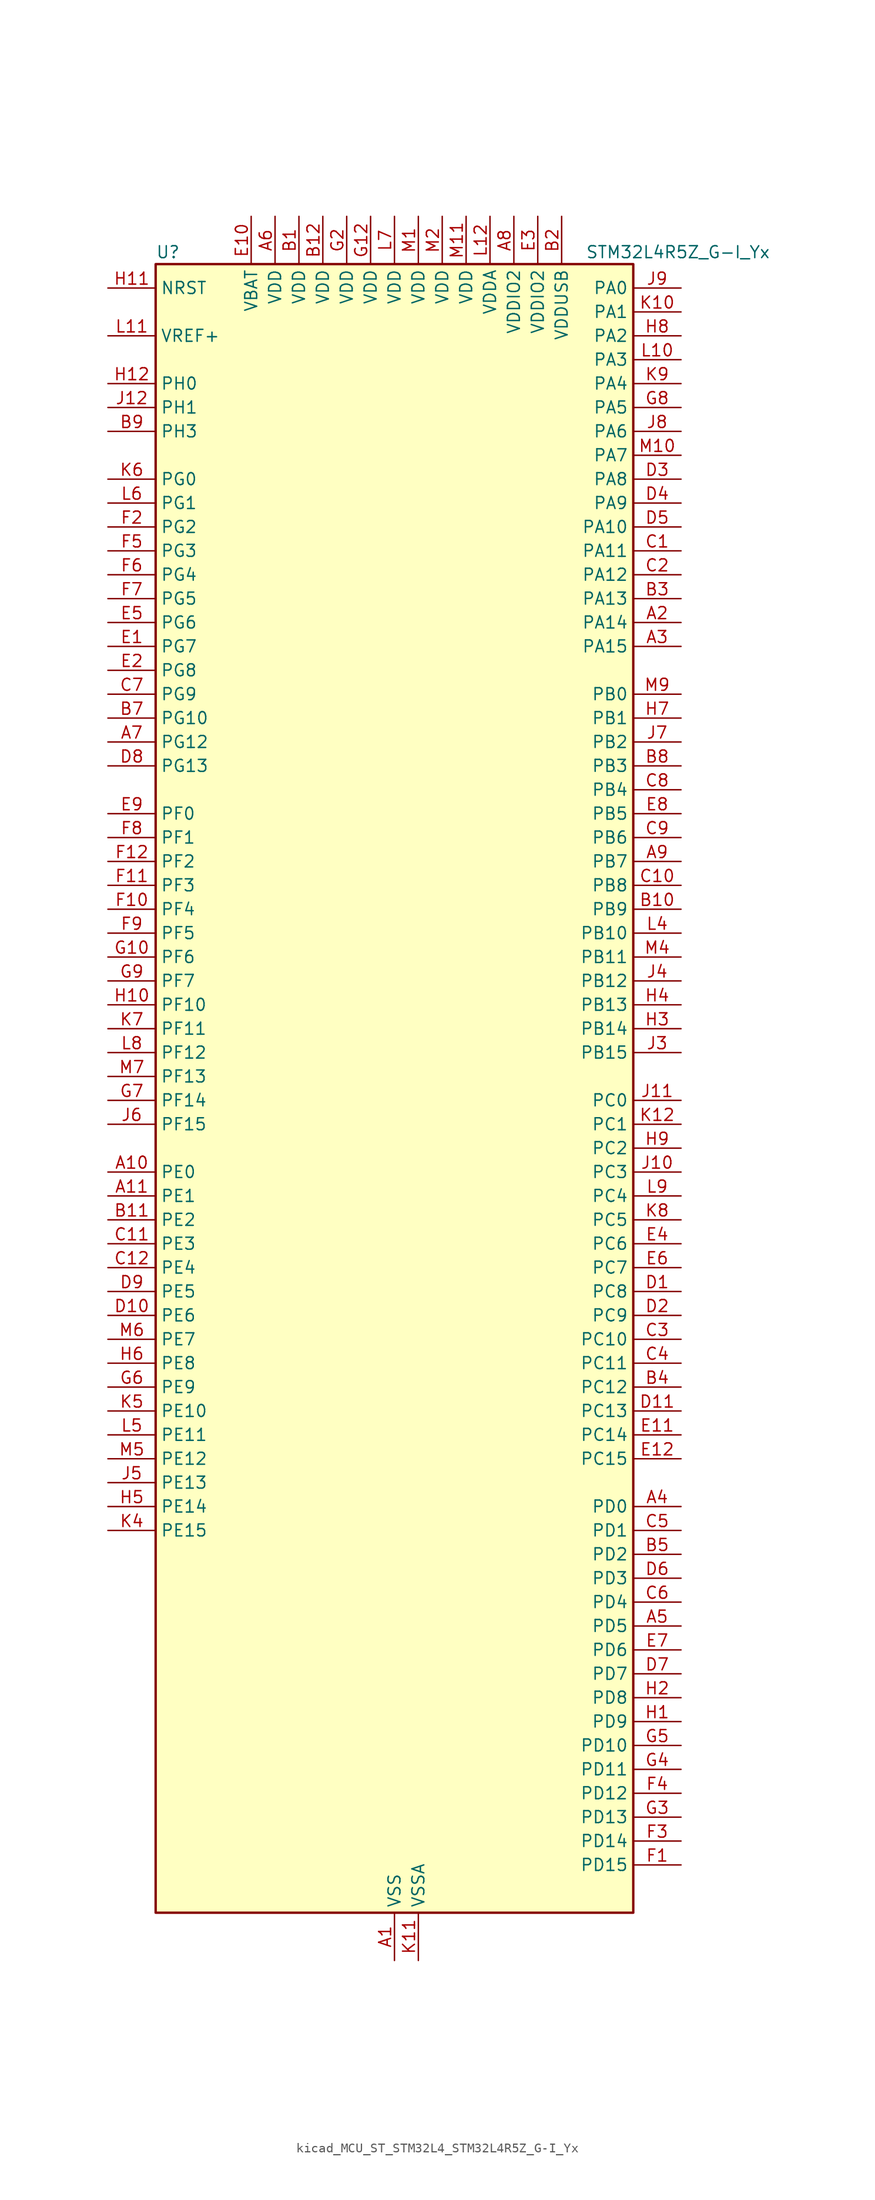
<source format=kicad_sym>
(kicad_symbol_lib
  (version 20220914)
  (generator kicad_symbol_editor)
  (symbol "kicad_MCU_ST_STM32L4_STM32L4R5Z_G-I_Yx"
    (property "Reference" "U"
      (at -25.4 90.17 0)
      (effects (font (size 1.27 1.27)) (justify left)))
    (property "Value" "STM32L4R5Z_G-I_Yx"
      (at 20.32 90.17 0)
      (effects (font (size 1.27 1.27)) (justify left)))
    (property "ki_locked" ""
      (at 0 0 0)
      (effects (font (size 1.27 1.27))))
    (symbol "kicad_MCU_ST_STM32L4_STM32L4R5Z_G-I_Yx_0_1"
      (rectangle (start -25.4 -86.36) (end 25.4 88.9) (stroke (width 0.254) (type default)) (fill (type background))))
    (symbol "kicad_MCU_ST_STM32L4_STM32L4R5Z_G-I_Yx_1_1"
      (pin power_in line (at 0 -91.44 90) (length 5.08) (name "VSS" (effects (font (size 1.27 1.27)))) (number "A1" (effects (font (size 1.27 1.27)))))
      (pin bidirectional line (at -30.48 -7.62 0) (length 5.08) (name "PE0" (effects (font (size 1.27 1.27)))) (number "A10" (effects (font (size 1.27 1.27)))) (alternate "DCMI_D2" bidirectional line) (alternate "FMC_NBL0" bidirectional line) (alternate "TIM16_CH1" bidirectional line) (alternate "TIM4_ETR" bidirectional line))
      (pin bidirectional line (at -30.48 -10.16 0) (length 5.08) (name "PE1" (effects (font (size 1.27 1.27)))) (number "A11" (effects (font (size 1.27 1.27)))) (alternate "DCMI_D3" bidirectional line) (alternate "FMC_NBL1" bidirectional line) (alternate "TIM17_CH1" bidirectional line))
      (pin passive line (at 0 -91.44 90) (length 5.08) hide (name "VSS" (effects (font (size 1.27 1.27)))) (number "A12" (effects (font (size 1.27 1.27)))))
      (pin bidirectional line (at 30.48 50.8 180) (length 5.08) (name "PA14" (effects (font (size 1.27 1.27)))) (number "A2" (effects (font (size 1.27 1.27)))) (alternate "I2C1_SMBA" bidirectional line) (alternate "I2C4_SMBA" bidirectional line) (alternate "LPTIM1_OUT" bidirectional line) (alternate "SAI1_FS_B" bidirectional line) (alternate "SYS_JTCK-SWCLK" bidirectional line) (alternate "USB_OTG_FS_SOF" bidirectional line))
      (pin bidirectional line (at 30.48 48.26 180) (length 5.08) (name "PA15" (effects (font (size 1.27 1.27)))) (number "A3" (effects (font (size 1.27 1.27)))) (alternate "ADC1_EXTI15" bidirectional line) (alternate "SAI2_FS_B" bidirectional line) (alternate "SPI1_NSS" bidirectional line) (alternate "SPI3_NSS" bidirectional line) (alternate "SYS_JTDI" bidirectional line) (alternate "TIM2_CH1" bidirectional line) (alternate "TIM2_ETR" bidirectional line) (alternate "TSC_G3_IO1" bidirectional line) (alternate "UART4_DE" bidirectional line) (alternate "UART4_RTS" bidirectional line) (alternate "USART2_RX" bidirectional line) (alternate "USART3_DE" bidirectional line) (alternate "USART3_RTS" bidirectional line))
      (pin bidirectional line (at 30.48 -43.18 180) (length 5.08) (name "PD0" (effects (font (size 1.27 1.27)))) (number "A4" (effects (font (size 1.27 1.27)))) (alternate "CAN1_RX" bidirectional line) (alternate "DFSDM1_DATIN7" bidirectional line) (alternate "FMC_D2" bidirectional line) (alternate "FMC_DA2" bidirectional line) (alternate "SPI2_NSS" bidirectional line))
      (pin bidirectional line (at 30.48 -55.88 180) (length 5.08) (name "PD5" (effects (font (size 1.27 1.27)))) (number "A5" (effects (font (size 1.27 1.27)))) (alternate "FMC_NWE" bidirectional line) (alternate "OCTOSPIM_P1_IO5" bidirectional line) (alternate "USART2_TX" bidirectional line))
      (pin power_in line (at -12.7 93.98 270) (length 5.08) (name "VDD" (effects (font (size 1.27 1.27)))) (number "A6" (effects (font (size 1.27 1.27)))))
      (pin bidirectional line (at -30.48 38.1 0) (length 5.08) (name "PG12" (effects (font (size 1.27 1.27)))) (number "A7" (effects (font (size 1.27 1.27)))) (alternate "FMC_NE4" bidirectional line) (alternate "LPTIM1_ETR" bidirectional line) (alternate "OCTOSPIM_P2_NCS" bidirectional line) (alternate "SAI2_SD_A" bidirectional line) (alternate "SPI3_NSS" bidirectional line) (alternate "USART1_DE" bidirectional line) (alternate "USART1_RTS" bidirectional line))
      (pin power_in line (at 12.7 93.98 270) (length 5.08) (name "VDDIO2" (effects (font (size 1.27 1.27)))) (number "A8" (effects (font (size 1.27 1.27)))))
      (pin bidirectional line (at 30.48 25.4 180) (length 5.08) (name "PB7" (effects (font (size 1.27 1.27)))) (number "A9" (effects (font (size 1.27 1.27)))) (alternate "COMP2_INM" bidirectional line) (alternate "DCMI_VSYNC" bidirectional line) (alternate "DFSDM1_CKIN5" bidirectional line) (alternate "FMC_NL" bidirectional line) (alternate "I2C1_SDA" bidirectional line) (alternate "I2C4_SDA" bidirectional line) (alternate "LPTIM1_IN2" bidirectional line) (alternate "SYS_PVD_IN" bidirectional line) (alternate "TIM17_CH1N" bidirectional line) (alternate "TIM4_CH2" bidirectional line) (alternate "TIM8_BKIN" bidirectional line) (alternate "TSC_G2_IO4" bidirectional line) (alternate "UART4_CTS" bidirectional line) (alternate "USART1_RX" bidirectional line))
      (pin power_in line (at -10.16 93.98 270) (length 5.08) (name "VDD" (effects (font (size 1.27 1.27)))) (number "B1" (effects (font (size 1.27 1.27)))))
      (pin bidirectional line (at 30.48 20.32 180) (length 5.08) (name "PB9" (effects (font (size 1.27 1.27)))) (number "B10" (effects (font (size 1.27 1.27)))) (alternate "CAN1_TX" bidirectional line) (alternate "DAC1_EXTI9" bidirectional line) (alternate "DCMI_D7" bidirectional line) (alternate "DFSDM1_CKIN6" bidirectional line) (alternate "I2C1_SDA" bidirectional line) (alternate "IR_OUT" bidirectional line) (alternate "SAI1_D2" bidirectional line) (alternate "SAI1_FS_A" bidirectional line) (alternate "SDMMC1_CDIR" bidirectional line) (alternate "SDMMC1_D5" bidirectional line) (alternate "SPI2_NSS" bidirectional line) (alternate "TIM17_CH1" bidirectional line) (alternate "TIM4_CH4" bidirectional line))
      (pin bidirectional line (at -30.48 -12.7 0) (length 5.08) (name "PE2" (effects (font (size 1.27 1.27)))) (number "B11" (effects (font (size 1.27 1.27)))) (alternate "FMC_A23" bidirectional line) (alternate "SAI1_CK1" bidirectional line) (alternate "SAI1_MCLK_A" bidirectional line) (alternate "SYS_TRACECLK" bidirectional line) (alternate "TIM3_ETR" bidirectional line) (alternate "TSC_G7_IO1" bidirectional line))
      (pin power_in line (at -7.62 93.98 270) (length 5.08) (name "VDD" (effects (font (size 1.27 1.27)))) (number "B12" (effects (font (size 1.27 1.27)))))
      (pin power_in line (at 17.78 93.98 270) (length 5.08) (name "VDDUSB" (effects (font (size 1.27 1.27)))) (number "B2" (effects (font (size 1.27 1.27)))))
      (pin bidirectional line (at 30.48 53.34 180) (length 5.08) (name "PA13" (effects (font (size 1.27 1.27)))) (number "B3" (effects (font (size 1.27 1.27)))) (alternate "IR_OUT" bidirectional line) (alternate "SAI1_SD_B" bidirectional line) (alternate "SYS_JTMS-SWDIO" bidirectional line) (alternate "USB_OTG_FS_NOE" bidirectional line))
      (pin bidirectional line (at 30.48 -30.48 180) (length 5.08) (name "PC12" (effects (font (size 1.27 1.27)))) (number "B4" (effects (font (size 1.27 1.27)))) (alternate "DCMI_D9" bidirectional line) (alternate "SAI2_SD_B" bidirectional line) (alternate "SDMMC1_CK" bidirectional line) (alternate "SPI3_MOSI" bidirectional line) (alternate "SYS_TRACED3" bidirectional line) (alternate "TSC_G3_IO4" bidirectional line) (alternate "UART5_TX" bidirectional line) (alternate "USART3_CK" bidirectional line))
      (pin bidirectional line (at 30.48 -48.26 180) (length 5.08) (name "PD2" (effects (font (size 1.27 1.27)))) (number "B5" (effects (font (size 1.27 1.27)))) (alternate "DCMI_D11" bidirectional line) (alternate "SDMMC1_CMD" bidirectional line) (alternate "SYS_TRACED2" bidirectional line) (alternate "TIM3_ETR" bidirectional line) (alternate "TSC_SYNC" bidirectional line) (alternate "UART5_RX" bidirectional line) (alternate "USART3_DE" bidirectional line) (alternate "USART3_RTS" bidirectional line))
      (pin passive line (at 0 -91.44 90) (length 5.08) hide (name "VSS" (effects (font (size 1.27 1.27)))) (number "B6" (effects (font (size 1.27 1.27)))))
      (pin bidirectional line (at -30.48 40.64 0) (length 5.08) (name "PG10" (effects (font (size 1.27 1.27)))) (number "B7" (effects (font (size 1.27 1.27)))) (alternate "FMC_NE3" bidirectional line) (alternate "LPTIM1_IN1" bidirectional line) (alternate "OCTOSPIM_P2_IO7" bidirectional line) (alternate "SAI2_FS_A" bidirectional line) (alternate "SPI3_MISO" bidirectional line) (alternate "TIM15_CH1" bidirectional line) (alternate "USART1_RX" bidirectional line))
      (pin bidirectional line (at 30.48 35.56 180) (length 5.08) (name "PB3" (effects (font (size 1.27 1.27)))) (number "B8" (effects (font (size 1.27 1.27)))) (alternate "COMP2_INM" bidirectional line) (alternate "CRS_SYNC" bidirectional line) (alternate "SAI1_SCK_B" bidirectional line) (alternate "SPI1_SCK" bidirectional line) (alternate "SPI3_SCK" bidirectional line) (alternate "SYS_JTDO-SWO" bidirectional line) (alternate "TIM2_CH2" bidirectional line) (alternate "USART1_DE" bidirectional line) (alternate "USART1_RTS" bidirectional line))
      (pin bidirectional line (at -30.48 71.12 0) (length 5.08) (name "PH3" (effects (font (size 1.27 1.27)))) (number "B9" (effects (font (size 1.27 1.27)))))
      (pin bidirectional line (at 30.48 58.42 180) (length 5.08) (name "PA11" (effects (font (size 1.27 1.27)))) (number "C1" (effects (font (size 1.27 1.27)))) (alternate "ADC1_EXTI11" bidirectional line) (alternate "CAN1_RX" bidirectional line) (alternate "SPI1_MISO" bidirectional line) (alternate "TIM1_BKIN2" bidirectional line) (alternate "TIM1_CH4" bidirectional line) (alternate "USART1_CTS" bidirectional line) (alternate "USART1_NSS" bidirectional line) (alternate "USB_OTG_FS_DM" bidirectional line))
      (pin bidirectional line (at 30.48 22.86 180) (length 5.08) (name "PB8" (effects (font (size 1.27 1.27)))) (number "C10" (effects (font (size 1.27 1.27)))) (alternate "CAN1_RX" bidirectional line) (alternate "DCMI_D6" bidirectional line) (alternate "DFSDM1_CKOUT" bidirectional line) (alternate "DFSDM1_DATIN6" bidirectional line) (alternate "I2C1_SCL" bidirectional line) (alternate "SAI1_CK1" bidirectional line) (alternate "SAI1_MCLK_A" bidirectional line) (alternate "SDMMC1_CKIN" bidirectional line) (alternate "SDMMC1_D4" bidirectional line) (alternate "TIM16_CH1" bidirectional line) (alternate "TIM4_CH3" bidirectional line))
      (pin bidirectional line (at -30.48 -15.24 0) (length 5.08) (name "PE3" (effects (font (size 1.27 1.27)))) (number "C11" (effects (font (size 1.27 1.27)))) (alternate "FMC_A19" bidirectional line) (alternate "OCTOSPIM_P1_DQS" bidirectional line) (alternate "SAI1_SD_B" bidirectional line) (alternate "SYS_TRACED0" bidirectional line) (alternate "TIM3_CH1" bidirectional line) (alternate "TSC_G7_IO2" bidirectional line))
      (pin bidirectional line (at -30.48 -17.78 0) (length 5.08) (name "PE4" (effects (font (size 1.27 1.27)))) (number "C12" (effects (font (size 1.27 1.27)))) (alternate "DCMI_D4" bidirectional line) (alternate "DFSDM1_DATIN3" bidirectional line) (alternate "FMC_A20" bidirectional line) (alternate "SAI1_D2" bidirectional line) (alternate "SAI1_FS_A" bidirectional line) (alternate "SYS_TRACED1" bidirectional line) (alternate "TIM3_CH2" bidirectional line) (alternate "TSC_G7_IO3" bidirectional line))
      (pin bidirectional line (at 30.48 55.88 180) (length 5.08) (name "PA12" (effects (font (size 1.27 1.27)))) (number "C2" (effects (font (size 1.27 1.27)))) (alternate "CAN1_TX" bidirectional line) (alternate "SPI1_MOSI" bidirectional line) (alternate "TIM1_ETR" bidirectional line) (alternate "USART1_DE" bidirectional line) (alternate "USART1_RTS" bidirectional line) (alternate "USB_OTG_FS_DP" bidirectional line))
      (pin bidirectional line (at 30.48 -25.4 180) (length 5.08) (name "PC10" (effects (font (size 1.27 1.27)))) (number "C3" (effects (font (size 1.27 1.27)))) (alternate "DCMI_D8" bidirectional line) (alternate "SAI2_SCK_B" bidirectional line) (alternate "SDMMC1_D2" bidirectional line) (alternate "SPI3_SCK" bidirectional line) (alternate "SYS_TRACED1" bidirectional line) (alternate "TSC_G3_IO2" bidirectional line) (alternate "UART4_TX" bidirectional line) (alternate "USART3_TX" bidirectional line))
      (pin bidirectional line (at 30.48 -27.94 180) (length 5.08) (name "PC11" (effects (font (size 1.27 1.27)))) (number "C4" (effects (font (size 1.27 1.27)))) (alternate "ADC1_EXTI11" bidirectional line) (alternate "DCMI_D2" bidirectional line) (alternate "DCMI_D4" bidirectional line) (alternate "OCTOSPIM_P1_NCS" bidirectional line) (alternate "SAI2_MCLK_B" bidirectional line) (alternate "SDMMC1_D3" bidirectional line) (alternate "SPI3_MISO" bidirectional line) (alternate "TSC_G3_IO3" bidirectional line) (alternate "UART4_RX" bidirectional line) (alternate "USART3_RX" bidirectional line))
      (pin bidirectional line (at 30.48 -45.72 180) (length 5.08) (name "PD1" (effects (font (size 1.27 1.27)))) (number "C5" (effects (font (size 1.27 1.27)))) (alternate "CAN1_TX" bidirectional line) (alternate "DFSDM1_CKIN7" bidirectional line) (alternate "FMC_D3" bidirectional line) (alternate "FMC_DA3" bidirectional line) (alternate "SPI2_SCK" bidirectional line))
      (pin bidirectional line (at 30.48 -53.34 180) (length 5.08) (name "PD4" (effects (font (size 1.27 1.27)))) (number "C6" (effects (font (size 1.27 1.27)))) (alternate "DFSDM1_CKIN0" bidirectional line) (alternate "FMC_NOE" bidirectional line) (alternate "OCTOSPIM_P1_IO4" bidirectional line) (alternate "SPI2_MOSI" bidirectional line) (alternate "USART2_DE" bidirectional line) (alternate "USART2_RTS" bidirectional line))
      (pin bidirectional line (at -30.48 43.18 0) (length 5.08) (name "PG9" (effects (font (size 1.27 1.27)))) (number "C7" (effects (font (size 1.27 1.27)))) (alternate "DAC1_EXTI9" bidirectional line) (alternate "FMC_NCE" bidirectional line) (alternate "FMC_NE2" bidirectional line) (alternate "OCTOSPIM_P2_IO6" bidirectional line) (alternate "SAI2_SCK_A" bidirectional line) (alternate "SPI3_SCK" bidirectional line) (alternate "TIM15_CH1N" bidirectional line) (alternate "USART1_TX" bidirectional line))
      (pin bidirectional line (at 30.48 33.02 180) (length 5.08) (name "PB4" (effects (font (size 1.27 1.27)))) (number "C8" (effects (font (size 1.27 1.27)))) (alternate "COMP2_INP" bidirectional line) (alternate "DCMI_D12" bidirectional line) (alternate "I2C3_SDA" bidirectional line) (alternate "SAI1_MCLK_B" bidirectional line) (alternate "SPI1_MISO" bidirectional line) (alternate "SPI3_MISO" bidirectional line) (alternate "SYS_JTRST" bidirectional line) (alternate "TIM17_BKIN" bidirectional line) (alternate "TIM3_CH1" bidirectional line) (alternate "TSC_G2_IO1" bidirectional line) (alternate "UART5_DE" bidirectional line) (alternate "UART5_RTS" bidirectional line) (alternate "USART1_CTS" bidirectional line) (alternate "USART1_NSS" bidirectional line))
      (pin bidirectional line (at 30.48 27.94 180) (length 5.08) (name "PB6" (effects (font (size 1.27 1.27)))) (number "C9" (effects (font (size 1.27 1.27)))) (alternate "COMP2_INP" bidirectional line) (alternate "DCMI_D5" bidirectional line) (alternate "DFSDM1_DATIN5" bidirectional line) (alternate "I2C1_SCL" bidirectional line) (alternate "I2C4_SCL" bidirectional line) (alternate "LPTIM1_ETR" bidirectional line) (alternate "SAI1_FS_B" bidirectional line) (alternate "TIM16_CH1N" bidirectional line) (alternate "TIM4_CH1" bidirectional line) (alternate "TIM8_BKIN2" bidirectional line) (alternate "TSC_G2_IO3" bidirectional line) (alternate "USART1_TX" bidirectional line))
      (pin bidirectional line (at 30.48 -20.32 180) (length 5.08) (name "PC8" (effects (font (size 1.27 1.27)))) (number "D1" (effects (font (size 1.27 1.27)))) (alternate "DCMI_D2" bidirectional line) (alternate "SDMMC1_D0" bidirectional line) (alternate "TIM3_CH3" bidirectional line) (alternate "TIM8_CH3" bidirectional line) (alternate "TSC_G4_IO3" bidirectional line))
      (pin bidirectional line (at -30.48 -22.86 0) (length 5.08) (name "PE6" (effects (font (size 1.27 1.27)))) (number "D10" (effects (font (size 1.27 1.27)))) (alternate "DCMI_D7" bidirectional line) (alternate "FMC_A22" bidirectional line) (alternate "RTC_TAMP3" bidirectional line) (alternate "SAI1_D1" bidirectional line) (alternate "SAI1_SD_A" bidirectional line) (alternate "SYS_TRACED3" bidirectional line) (alternate "SYS_WKUP3" bidirectional line) (alternate "TIM3_CH4" bidirectional line))
      (pin bidirectional line (at 30.48 -33.02 180) (length 5.08) (name "PC13" (effects (font (size 1.27 1.27)))) (number "D11" (effects (font (size 1.27 1.27)))) (alternate "RTC_OUT_ALARM" bidirectional line) (alternate "RTC_OUT_CALIB" bidirectional line) (alternate "RTC_TAMP1" bidirectional line) (alternate "RTC_TS" bidirectional line) (alternate "SYS_WKUP2" bidirectional line))
      (pin passive line (at 0 -91.44 90) (length 5.08) hide (name "VSS" (effects (font (size 1.27 1.27)))) (number "D12" (effects (font (size 1.27 1.27)))))
      (pin bidirectional line (at 30.48 -22.86 180) (length 5.08) (name "PC9" (effects (font (size 1.27 1.27)))) (number "D2" (effects (font (size 1.27 1.27)))) (alternate "DAC1_EXTI9" bidirectional line) (alternate "DCMI_D3" bidirectional line) (alternate "I2C3_SDA" bidirectional line) (alternate "SAI2_EXTCLK" bidirectional line) (alternate "SDMMC1_D1" bidirectional line) (alternate "SYS_TRACED0" bidirectional line) (alternate "TIM3_CH4" bidirectional line) (alternate "TIM8_BKIN2" bidirectional line) (alternate "TIM8_CH4" bidirectional line) (alternate "TSC_G4_IO4" bidirectional line) (alternate "USB_OTG_FS_NOE" bidirectional line))
      (pin bidirectional line (at 30.48 66.04 180) (length 5.08) (name "PA8" (effects (font (size 1.27 1.27)))) (number "D3" (effects (font (size 1.27 1.27)))) (alternate "LPTIM2_OUT" bidirectional line) (alternate "RCC_MCO" bidirectional line) (alternate "SAI1_CK2" bidirectional line) (alternate "SAI1_SCK_A" bidirectional line) (alternate "TIM1_CH1" bidirectional line) (alternate "USART1_CK" bidirectional line) (alternate "USB_OTG_FS_SOF" bidirectional line))
      (pin bidirectional line (at 30.48 63.5 180) (length 5.08) (name "PA9" (effects (font (size 1.27 1.27)))) (number "D4" (effects (font (size 1.27 1.27)))) (alternate "DAC1_EXTI9" bidirectional line) (alternate "DCMI_D0" bidirectional line) (alternate "SAI1_FS_A" bidirectional line) (alternate "SPI2_SCK" bidirectional line) (alternate "TIM15_BKIN" bidirectional line) (alternate "TIM1_CH2" bidirectional line) (alternate "USART1_TX" bidirectional line) (alternate "USB_OTG_FS_VBUS" bidirectional line))
      (pin bidirectional line (at 30.48 60.96 180) (length 5.08) (name "PA10" (effects (font (size 1.27 1.27)))) (number "D5" (effects (font (size 1.27 1.27)))) (alternate "DCMI_D1" bidirectional line) (alternate "SAI1_D1" bidirectional line) (alternate "SAI1_SD_A" bidirectional line) (alternate "TIM17_BKIN" bidirectional line) (alternate "TIM1_CH3" bidirectional line) (alternate "USART1_RX" bidirectional line) (alternate "USB_OTG_FS_ID" bidirectional line))
      (pin bidirectional line (at 30.48 -50.8 180) (length 5.08) (name "PD3" (effects (font (size 1.27 1.27)))) (number "D6" (effects (font (size 1.27 1.27)))) (alternate "DCMI_D5" bidirectional line) (alternate "DFSDM1_DATIN0" bidirectional line) (alternate "FMC_CLK" bidirectional line) (alternate "OCTOSPIM_P2_NCS" bidirectional line) (alternate "SPI2_MISO" bidirectional line) (alternate "SPI2_SCK" bidirectional line) (alternate "USART2_CTS" bidirectional line) (alternate "USART2_NSS" bidirectional line))
      (pin bidirectional line (at 30.48 -60.96 180) (length 5.08) (name "PD7" (effects (font (size 1.27 1.27)))) (number "D7" (effects (font (size 1.27 1.27)))) (alternate "DFSDM1_CKIN1" bidirectional line) (alternate "FMC_NCE" bidirectional line) (alternate "FMC_NE1" bidirectional line) (alternate "OCTOSPIM_P1_IO7" bidirectional line) (alternate "USART2_CK" bidirectional line))
      (pin bidirectional line (at -30.48 35.56 0) (length 5.08) (name "PG13" (effects (font (size 1.27 1.27)))) (number "D8" (effects (font (size 1.27 1.27)))) (alternate "FMC_A24" bidirectional line) (alternate "I2C1_SDA" bidirectional line) (alternate "USART1_CK" bidirectional line))
      (pin bidirectional line (at -30.48 -20.32 0) (length 5.08) (name "PE5" (effects (font (size 1.27 1.27)))) (number "D9" (effects (font (size 1.27 1.27)))) (alternate "DCMI_D6" bidirectional line) (alternate "DFSDM1_CKIN3" bidirectional line) (alternate "FMC_A21" bidirectional line) (alternate "SAI1_CK2" bidirectional line) (alternate "SAI1_SCK_A" bidirectional line) (alternate "SYS_TRACED2" bidirectional line) (alternate "TIM3_CH3" bidirectional line) (alternate "TSC_G7_IO4" bidirectional line))
      (pin bidirectional line (at -30.48 48.26 0) (length 5.08) (name "PG7" (effects (font (size 1.27 1.27)))) (number "E1" (effects (font (size 1.27 1.27)))) (alternate "DFSDM1_CKOUT" bidirectional line) (alternate "FMC_INT" bidirectional line) (alternate "I2C3_SCL" bidirectional line) (alternate "LPUART1_TX" bidirectional line) (alternate "OCTOSPIM_P2_DQS" bidirectional line) (alternate "SAI1_CK1" bidirectional line) (alternate "SAI1_MCLK_A" bidirectional line))
      (pin power_in line (at -15.24 93.98 270) (length 5.08) (name "VBAT" (effects (font (size 1.27 1.27)))) (number "E10" (effects (font (size 1.27 1.27)))))
      (pin bidirectional line (at 30.48 -35.56 180) (length 5.08) (name "PC14" (effects (font (size 1.27 1.27)))) (number "E11" (effects (font (size 1.27 1.27)))) (alternate "RCC_OSC32_IN" bidirectional line))
      (pin bidirectional line (at 30.48 -38.1 180) (length 5.08) (name "PC15" (effects (font (size 1.27 1.27)))) (number "E12" (effects (font (size 1.27 1.27)))) (alternate "ADC1_EXTI15" bidirectional line) (alternate "RCC_OSC32_OUT" bidirectional line))
      (pin bidirectional line (at -30.48 45.72 0) (length 5.08) (name "PG8" (effects (font (size 1.27 1.27)))) (number "E2" (effects (font (size 1.27 1.27)))) (alternate "I2C3_SDA" bidirectional line) (alternate "LPUART1_RX" bidirectional line))
      (pin power_in line (at 15.24 93.98 270) (length 5.08) (name "VDDIO2" (effects (font (size 1.27 1.27)))) (number "E3" (effects (font (size 1.27 1.27)))))
      (pin bidirectional line (at 30.48 -15.24 180) (length 5.08) (name "PC6" (effects (font (size 1.27 1.27)))) (number "E4" (effects (font (size 1.27 1.27)))) (alternate "DCMI_D0" bidirectional line) (alternate "DFSDM1_CKIN3" bidirectional line) (alternate "SAI2_MCLK_A" bidirectional line) (alternate "SDMMC1_D0DIR" bidirectional line) (alternate "SDMMC1_D6" bidirectional line) (alternate "TIM3_CH1" bidirectional line) (alternate "TIM8_CH1" bidirectional line) (alternate "TSC_G4_IO1" bidirectional line))
      (pin bidirectional line (at -30.48 50.8 0) (length 5.08) (name "PG6" (effects (font (size 1.27 1.27)))) (number "E5" (effects (font (size 1.27 1.27)))) (alternate "I2C3_SMBA" bidirectional line) (alternate "LPUART1_DE" bidirectional line) (alternate "LPUART1_RTS" bidirectional line) (alternate "OCTOSPIM_P1_DQS" bidirectional line))
      (pin bidirectional line (at 30.48 -17.78 180) (length 5.08) (name "PC7" (effects (font (size 1.27 1.27)))) (number "E6" (effects (font (size 1.27 1.27)))) (alternate "DCMI_D1" bidirectional line) (alternate "DFSDM1_DATIN3" bidirectional line) (alternate "SAI2_MCLK_B" bidirectional line) (alternate "SDMMC1_D123DIR" bidirectional line) (alternate "SDMMC1_D7" bidirectional line) (alternate "TIM3_CH2" bidirectional line) (alternate "TIM8_CH2" bidirectional line) (alternate "TSC_G4_IO2" bidirectional line))
      (pin bidirectional line (at 30.48 -58.42 180) (length 5.08) (name "PD6" (effects (font (size 1.27 1.27)))) (number "E7" (effects (font (size 1.27 1.27)))) (alternate "DCMI_D10" bidirectional line) (alternate "DFSDM1_DATIN1" bidirectional line) (alternate "FMC_NWAIT" bidirectional line) (alternate "OCTOSPIM_P1_IO6" bidirectional line) (alternate "SAI1_D1" bidirectional line) (alternate "SAI1_SD_A" bidirectional line) (alternate "SPI3_MOSI" bidirectional line) (alternate "USART2_RX" bidirectional line))
      (pin bidirectional line (at 30.48 30.48 180) (length 5.08) (name "PB5" (effects (font (size 1.27 1.27)))) (number "E8" (effects (font (size 1.27 1.27)))) (alternate "COMP2_OUT" bidirectional line) (alternate "DCMI_D10" bidirectional line) (alternate "I2C1_SMBA" bidirectional line) (alternate "LPTIM1_IN1" bidirectional line) (alternate "SAI1_SD_B" bidirectional line) (alternate "SPI1_MOSI" bidirectional line) (alternate "SPI3_MOSI" bidirectional line) (alternate "TIM16_BKIN" bidirectional line) (alternate "TIM3_CH2" bidirectional line) (alternate "TSC_G2_IO2" bidirectional line) (alternate "UART5_CTS" bidirectional line) (alternate "USART1_CK" bidirectional line))
      (pin bidirectional line (at -30.48 30.48 0) (length 5.08) (name "PF0" (effects (font (size 1.27 1.27)))) (number "E9" (effects (font (size 1.27 1.27)))) (alternate "FMC_A0" bidirectional line) (alternate "I2C2_SDA" bidirectional line) (alternate "OCTOSPIM_P2_IO0" bidirectional line))
      (pin bidirectional line (at 30.48 -81.28 180) (length 5.08) (name "PD15" (effects (font (size 1.27 1.27)))) (number "F1" (effects (font (size 1.27 1.27)))) (alternate "ADC1_EXTI15" bidirectional line) (alternate "FMC_D1" bidirectional line) (alternate "FMC_DA1" bidirectional line) (alternate "TIM4_CH4" bidirectional line))
      (pin bidirectional line (at -30.48 20.32 0) (length 5.08) (name "PF4" (effects (font (size 1.27 1.27)))) (number "F10" (effects (font (size 1.27 1.27)))) (alternate "FMC_A4" bidirectional line) (alternate "OCTOSPIM_P2_CLK" bidirectional line))
      (pin bidirectional line (at -30.48 22.86 0) (length 5.08) (name "PF3" (effects (font (size 1.27 1.27)))) (number "F11" (effects (font (size 1.27 1.27)))) (alternate "FMC_A3" bidirectional line) (alternate "OCTOSPIM_P2_IO3" bidirectional line))
      (pin bidirectional line (at -30.48 25.4 0) (length 5.08) (name "PF2" (effects (font (size 1.27 1.27)))) (number "F12" (effects (font (size 1.27 1.27)))) (alternate "FMC_A2" bidirectional line) (alternate "I2C2_SMBA" bidirectional line) (alternate "OCTOSPIM_P2_IO2" bidirectional line))
      (pin bidirectional line (at -30.48 60.96 0) (length 5.08) (name "PG2" (effects (font (size 1.27 1.27)))) (number "F2" (effects (font (size 1.27 1.27)))) (alternate "FMC_A12" bidirectional line) (alternate "SAI2_SCK_B" bidirectional line) (alternate "SPI1_SCK" bidirectional line))
      (pin bidirectional line (at 30.48 -78.74 180) (length 5.08) (name "PD14" (effects (font (size 1.27 1.27)))) (number "F3" (effects (font (size 1.27 1.27)))) (alternate "FMC_D0" bidirectional line) (alternate "FMC_DA0" bidirectional line) (alternate "TIM4_CH3" bidirectional line))
      (pin bidirectional line (at 30.48 -73.66 180) (length 5.08) (name "PD12" (effects (font (size 1.27 1.27)))) (number "F4" (effects (font (size 1.27 1.27)))) (alternate "FMC_A17" bidirectional line) (alternate "FMC_ALE" bidirectional line) (alternate "I2C4_SCL" bidirectional line) (alternate "LPTIM2_IN1" bidirectional line) (alternate "SAI2_FS_A" bidirectional line) (alternate "TIM4_CH1" bidirectional line) (alternate "TSC_G6_IO3" bidirectional line) (alternate "USART3_DE" bidirectional line) (alternate "USART3_RTS" bidirectional line))
      (pin bidirectional line (at -30.48 58.42 0) (length 5.08) (name "PG3" (effects (font (size 1.27 1.27)))) (number "F5" (effects (font (size 1.27 1.27)))) (alternate "FMC_A13" bidirectional line) (alternate "SAI2_FS_B" bidirectional line) (alternate "SPI1_MISO" bidirectional line))
      (pin bidirectional line (at -30.48 55.88 0) (length 5.08) (name "PG4" (effects (font (size 1.27 1.27)))) (number "F6" (effects (font (size 1.27 1.27)))) (alternate "FMC_A14" bidirectional line) (alternate "SAI2_MCLK_B" bidirectional line) (alternate "SPI1_MOSI" bidirectional line))
      (pin bidirectional line (at -30.48 53.34 0) (length 5.08) (name "PG5" (effects (font (size 1.27 1.27)))) (number "F7" (effects (font (size 1.27 1.27)))) (alternate "FMC_A15" bidirectional line) (alternate "LPUART1_CTS" bidirectional line) (alternate "SAI2_SD_B" bidirectional line) (alternate "SPI1_NSS" bidirectional line))
      (pin bidirectional line (at -30.48 27.94 0) (length 5.08) (name "PF1" (effects (font (size 1.27 1.27)))) (number "F8" (effects (font (size 1.27 1.27)))) (alternate "FMC_A1" bidirectional line) (alternate "I2C2_SCL" bidirectional line) (alternate "OCTOSPIM_P2_IO1" bidirectional line))
      (pin bidirectional line (at -30.48 17.78 0) (length 5.08) (name "PF5" (effects (font (size 1.27 1.27)))) (number "F9" (effects (font (size 1.27 1.27)))) (alternate "FMC_A5" bidirectional line))
      (pin passive line (at 0 -91.44 90) (length 5.08) hide (name "VSS" (effects (font (size 1.27 1.27)))) (number "G1" (effects (font (size 1.27 1.27)))))
      (pin bidirectional line (at -30.48 15.24 0) (length 5.08) (name "PF6" (effects (font (size 1.27 1.27)))) (number "G10" (effects (font (size 1.27 1.27)))) (alternate "OCTOSPIM_P1_IO3" bidirectional line) (alternate "SAI1_SD_B" bidirectional line) (alternate "TIM5_CH1" bidirectional line) (alternate "TIM5_ETR" bidirectional line))
      (pin passive line (at 0 -91.44 90) (length 5.08) hide (name "VSS" (effects (font (size 1.27 1.27)))) (number "G11" (effects (font (size 1.27 1.27)))))
      (pin power_in line (at -2.54 93.98 270) (length 5.08) (name "VDD" (effects (font (size 1.27 1.27)))) (number "G12" (effects (font (size 1.27 1.27)))))
      (pin power_in line (at -5.08 93.98 270) (length 5.08) (name "VDD" (effects (font (size 1.27 1.27)))) (number "G2" (effects (font (size 1.27 1.27)))))
      (pin bidirectional line (at 30.48 -76.2 180) (length 5.08) (name "PD13" (effects (font (size 1.27 1.27)))) (number "G3" (effects (font (size 1.27 1.27)))) (alternate "FMC_A18" bidirectional line) (alternate "I2C4_SDA" bidirectional line) (alternate "LPTIM2_OUT" bidirectional line) (alternate "TIM4_CH2" bidirectional line) (alternate "TSC_G6_IO4" bidirectional line))
      (pin bidirectional line (at 30.48 -71.12 180) (length 5.08) (name "PD11" (effects (font (size 1.27 1.27)))) (number "G4" (effects (font (size 1.27 1.27)))) (alternate "ADC1_EXTI11" bidirectional line) (alternate "FMC_A16" bidirectional line) (alternate "FMC_CLE" bidirectional line) (alternate "I2C4_SMBA" bidirectional line) (alternate "LPTIM2_ETR" bidirectional line) (alternate "SAI2_SD_A" bidirectional line) (alternate "TSC_G6_IO2" bidirectional line) (alternate "USART3_CTS" bidirectional line) (alternate "USART3_NSS" bidirectional line))
      (pin bidirectional line (at 30.48 -68.58 180) (length 5.08) (name "PD10" (effects (font (size 1.27 1.27)))) (number "G5" (effects (font (size 1.27 1.27)))) (alternate "FMC_D15" bidirectional line) (alternate "FMC_DA15" bidirectional line) (alternate "SAI2_SCK_A" bidirectional line) (alternate "TSC_G6_IO1" bidirectional line) (alternate "USART3_CK" bidirectional line))
      (pin bidirectional line (at -30.48 -30.48 0) (length 5.08) (name "PE9" (effects (font (size 1.27 1.27)))) (number "G6" (effects (font (size 1.27 1.27)))) (alternate "DAC1_EXTI9" bidirectional line) (alternate "DFSDM1_CKOUT" bidirectional line) (alternate "FMC_D6" bidirectional line) (alternate "FMC_DA6" bidirectional line) (alternate "SAI1_FS_B" bidirectional line) (alternate "TIM1_CH1" bidirectional line))
      (pin bidirectional line (at -30.48 0 0) (length 5.08) (name "PF14" (effects (font (size 1.27 1.27)))) (number "G7" (effects (font (size 1.27 1.27)))) (alternate "DFSDM1_CKIN6" bidirectional line) (alternate "FMC_A8" bidirectional line) (alternate "I2C4_SCL" bidirectional line) (alternate "TSC_G8_IO1" bidirectional line))
      (pin bidirectional line (at 30.48 73.66 180) (length 5.08) (name "PA5" (effects (font (size 1.27 1.27)))) (number "G8" (effects (font (size 1.27 1.27)))) (alternate "ADC1_IN10" bidirectional line) (alternate "DAC1_OUT2" bidirectional line) (alternate "LPTIM2_ETR" bidirectional line) (alternate "SPI1_SCK" bidirectional line) (alternate "TIM2_CH1" bidirectional line) (alternate "TIM2_ETR" bidirectional line) (alternate "TIM8_CH1N" bidirectional line))
      (pin bidirectional line (at -30.48 12.7 0) (length 5.08) (name "PF7" (effects (font (size 1.27 1.27)))) (number "G9" (effects (font (size 1.27 1.27)))) (alternate "OCTOSPIM_P1_IO2" bidirectional line) (alternate "SAI1_MCLK_B" bidirectional line) (alternate "TIM5_CH2" bidirectional line))
      (pin bidirectional line (at 30.48 -66.04 180) (length 5.08) (name "PD9" (effects (font (size 1.27 1.27)))) (number "H1" (effects (font (size 1.27 1.27)))) (alternate "DAC1_EXTI9" bidirectional line) (alternate "DCMI_PIXCLK" bidirectional line) (alternate "FMC_D14" bidirectional line) (alternate "FMC_DA14" bidirectional line) (alternate "SAI2_MCLK_A" bidirectional line) (alternate "USART3_RX" bidirectional line))
      (pin bidirectional line (at -30.48 10.16 0) (length 5.08) (name "PF10" (effects (font (size 1.27 1.27)))) (number "H10" (effects (font (size 1.27 1.27)))) (alternate "DCMI_D11" bidirectional line) (alternate "DFSDM1_CKOUT" bidirectional line) (alternate "OCTOSPIM_P1_CLK" bidirectional line) (alternate "SAI1_D3" bidirectional line) (alternate "TIM15_CH2" bidirectional line))
      (pin input line (at -30.48 86.36 0) (length 5.08) (name "NRST" (effects (font (size 1.27 1.27)))) (number "H11" (effects (font (size 1.27 1.27)))))
      (pin bidirectional line (at -30.48 76.2 0) (length 5.08) (name "PH0" (effects (font (size 1.27 1.27)))) (number "H12" (effects (font (size 1.27 1.27)))) (alternate "RCC_OSC_IN" bidirectional line))
      (pin bidirectional line (at 30.48 -63.5 180) (length 5.08) (name "PD8" (effects (font (size 1.27 1.27)))) (number "H2" (effects (font (size 1.27 1.27)))) (alternate "DCMI_HSYNC" bidirectional line) (alternate "FMC_D13" bidirectional line) (alternate "FMC_DA13" bidirectional line) (alternate "USART3_TX" bidirectional line))
      (pin bidirectional line (at 30.48 7.62 180) (length 5.08) (name "PB14" (effects (font (size 1.27 1.27)))) (number "H3" (effects (font (size 1.27 1.27)))) (alternate "DFSDM1_DATIN2" bidirectional line) (alternate "I2C2_SDA" bidirectional line) (alternate "SAI2_MCLK_A" bidirectional line) (alternate "SPI2_MISO" bidirectional line) (alternate "TIM15_CH1" bidirectional line) (alternate "TIM1_CH2N" bidirectional line) (alternate "TIM8_CH2N" bidirectional line) (alternate "TSC_G1_IO3" bidirectional line) (alternate "USART3_DE" bidirectional line) (alternate "USART3_RTS" bidirectional line))
      (pin bidirectional line (at 30.48 10.16 180) (length 5.08) (name "PB13" (effects (font (size 1.27 1.27)))) (number "H4" (effects (font (size 1.27 1.27)))) (alternate "DFSDM1_CKIN1" bidirectional line) (alternate "I2C2_SCL" bidirectional line) (alternate "LPUART1_CTS" bidirectional line) (alternate "SAI2_SCK_A" bidirectional line) (alternate "SPI2_SCK" bidirectional line) (alternate "TIM15_CH1N" bidirectional line) (alternate "TIM1_CH1N" bidirectional line) (alternate "TSC_G1_IO2" bidirectional line) (alternate "USART3_CTS" bidirectional line) (alternate "USART3_NSS" bidirectional line))
      (pin bidirectional line (at -30.48 -43.18 0) (length 5.08) (name "PE14" (effects (font (size 1.27 1.27)))) (number "H5" (effects (font (size 1.27 1.27)))) (alternate "FMC_D11" bidirectional line) (alternate "FMC_DA11" bidirectional line) (alternate "OCTOSPIM_P1_IO2" bidirectional line) (alternate "SPI1_MISO" bidirectional line) (alternate "TIM1_BKIN2" bidirectional line) (alternate "TIM1_CH4" bidirectional line))
      (pin bidirectional line (at -30.48 -27.94 0) (length 5.08) (name "PE8" (effects (font (size 1.27 1.27)))) (number "H6" (effects (font (size 1.27 1.27)))) (alternate "DFSDM1_CKIN2" bidirectional line) (alternate "FMC_D5" bidirectional line) (alternate "FMC_DA5" bidirectional line) (alternate "SAI1_SCK_B" bidirectional line) (alternate "TIM1_CH1N" bidirectional line))
      (pin bidirectional line (at 30.48 40.64 180) (length 5.08) (name "PB1" (effects (font (size 1.27 1.27)))) (number "H7" (effects (font (size 1.27 1.27)))) (alternate "ADC1_IN16" bidirectional line) (alternate "COMP1_INM" bidirectional line) (alternate "DFSDM1_DATIN0" bidirectional line) (alternate "LPTIM2_IN1" bidirectional line) (alternate "LPUART1_DE" bidirectional line) (alternate "LPUART1_RTS" bidirectional line) (alternate "OCTOSPIM_P1_IO0" bidirectional line) (alternate "TIM1_CH3N" bidirectional line) (alternate "TIM3_CH4" bidirectional line) (alternate "TIM8_CH3N" bidirectional line) (alternate "USART3_DE" bidirectional line) (alternate "USART3_RTS" bidirectional line))
      (pin bidirectional line (at 30.48 81.28 180) (length 5.08) (name "PA2" (effects (font (size 1.27 1.27)))) (number "H8" (effects (font (size 1.27 1.27)))) (alternate "ADC1_IN7" bidirectional line) (alternate "LPUART1_TX" bidirectional line) (alternate "OCTOSPIM_P1_NCS" bidirectional line) (alternate "RCC_LSCO" bidirectional line) (alternate "SAI2_EXTCLK" bidirectional line) (alternate "SYS_WKUP4" bidirectional line) (alternate "TIM15_CH1" bidirectional line) (alternate "TIM2_CH3" bidirectional line) (alternate "TIM5_CH3" bidirectional line) (alternate "USART2_TX" bidirectional line))
      (pin bidirectional line (at 30.48 -5.08 180) (length 5.08) (name "PC2" (effects (font (size 1.27 1.27)))) (number "H9" (effects (font (size 1.27 1.27)))) (alternate "ADC1_IN3" bidirectional line) (alternate "DFSDM1_CKOUT" bidirectional line) (alternate "LPTIM1_IN2" bidirectional line) (alternate "OCTOSPIM_P1_IO5" bidirectional line) (alternate "SPI2_MISO" bidirectional line))
      (pin no_connect line (at -25.4 -86.36 0) (length 5.08) hide (name "NC" (effects (font (size 1.27 1.27)))) (number "J1" (effects (font (size 1.27 1.27)))))
      (pin bidirectional line (at 30.48 -7.62 180) (length 5.08) (name "PC3" (effects (font (size 1.27 1.27)))) (number "J10" (effects (font (size 1.27 1.27)))) (alternate "ADC1_IN4" bidirectional line) (alternate "LPTIM1_ETR" bidirectional line) (alternate "LPTIM2_ETR" bidirectional line) (alternate "OCTOSPIM_P1_IO6" bidirectional line) (alternate "SAI1_D1" bidirectional line) (alternate "SAI1_SD_A" bidirectional line) (alternate "SPI2_MOSI" bidirectional line))
      (pin bidirectional line (at 30.48 0 180) (length 5.08) (name "PC0" (effects (font (size 1.27 1.27)))) (number "J11" (effects (font (size 1.27 1.27)))) (alternate "ADC1_IN1" bidirectional line) (alternate "DFSDM1_DATIN4" bidirectional line) (alternate "I2C3_SCL" bidirectional line) (alternate "LPTIM1_IN1" bidirectional line) (alternate "LPTIM2_IN1" bidirectional line) (alternate "LPUART1_RX" bidirectional line) (alternate "SAI2_FS_A" bidirectional line))
      (pin bidirectional line (at -30.48 73.66 0) (length 5.08) (name "PH1" (effects (font (size 1.27 1.27)))) (number "J12" (effects (font (size 1.27 1.27)))) (alternate "RCC_OSC_OUT" bidirectional line))
      (pin no_connect line (at -25.4 -83.82 0) (length 5.08) hide (name "NC" (effects (font (size 1.27 1.27)))) (number "J2" (effects (font (size 1.27 1.27)))))
      (pin bidirectional line (at 30.48 5.08 180) (length 5.08) (name "PB15" (effects (font (size 1.27 1.27)))) (number "J3" (effects (font (size 1.27 1.27)))) (alternate "ADC1_EXTI15" bidirectional line) (alternate "DFSDM1_CKIN2" bidirectional line) (alternate "RTC_REFIN" bidirectional line) (alternate "SAI2_SD_A" bidirectional line) (alternate "SPI2_MOSI" bidirectional line) (alternate "TIM15_CH2" bidirectional line) (alternate "TIM1_CH3N" bidirectional line) (alternate "TIM8_CH3N" bidirectional line) (alternate "TSC_G1_IO4" bidirectional line))
      (pin bidirectional line (at 30.48 12.7 180) (length 5.08) (name "PB12" (effects (font (size 1.27 1.27)))) (number "J4" (effects (font (size 1.27 1.27)))) (alternate "DFSDM1_DATIN1" bidirectional line) (alternate "I2C2_SMBA" bidirectional line) (alternate "LPUART1_DE" bidirectional line) (alternate "LPUART1_RTS" bidirectional line) (alternate "SAI2_FS_A" bidirectional line) (alternate "SPI2_NSS" bidirectional line) (alternate "TIM15_BKIN" bidirectional line) (alternate "TIM1_BKIN" bidirectional line) (alternate "TSC_G1_IO1" bidirectional line) (alternate "USART3_CK" bidirectional line))
      (pin bidirectional line (at -30.48 -40.64 0) (length 5.08) (name "PE13" (effects (font (size 1.27 1.27)))) (number "J5" (effects (font (size 1.27 1.27)))) (alternate "DFSDM1_CKIN5" bidirectional line) (alternate "FMC_D10" bidirectional line) (alternate "FMC_DA10" bidirectional line) (alternate "OCTOSPIM_P1_IO1" bidirectional line) (alternate "SPI1_SCK" bidirectional line) (alternate "TIM1_CH3" bidirectional line) (alternate "TSC_G5_IO4" bidirectional line))
      (pin bidirectional line (at -30.48 -2.54 0) (length 5.08) (name "PF15" (effects (font (size 1.27 1.27)))) (number "J6" (effects (font (size 1.27 1.27)))) (alternate "ADC1_EXTI15" bidirectional line) (alternate "FMC_A9" bidirectional line) (alternate "I2C4_SDA" bidirectional line) (alternate "TSC_G8_IO2" bidirectional line))
      (pin bidirectional line (at 30.48 38.1 180) (length 5.08) (name "PB2" (effects (font (size 1.27 1.27)))) (number "J7" (effects (font (size 1.27 1.27)))) (alternate "COMP1_INP" bidirectional line) (alternate "DFSDM1_CKIN0" bidirectional line) (alternate "I2C3_SMBA" bidirectional line) (alternate "LPTIM1_OUT" bidirectional line) (alternate "OCTOSPIM_P1_DQS" bidirectional line) (alternate "RTC_OUT_ALARM" bidirectional line) (alternate "RTC_OUT_CALIB" bidirectional line))
      (pin bidirectional line (at 30.48 71.12 180) (length 5.08) (name "PA6" (effects (font (size 1.27 1.27)))) (number "J8" (effects (font (size 1.27 1.27)))) (alternate "ADC1_IN11" bidirectional line) (alternate "DCMI_PIXCLK" bidirectional line) (alternate "LPUART1_CTS" bidirectional line) (alternate "OCTOSPIM_P1_IO3" bidirectional line) (alternate "OPAMP2_VINP" bidirectional line) (alternate "SPI1_MISO" bidirectional line) (alternate "TIM16_CH1" bidirectional line) (alternate "TIM1_BKIN" bidirectional line) (alternate "TIM3_CH1" bidirectional line) (alternate "TIM8_BKIN" bidirectional line) (alternate "USART3_CTS" bidirectional line) (alternate "USART3_NSS" bidirectional line))
      (pin bidirectional line (at 30.48 86.36 180) (length 5.08) (name "PA0" (effects (font (size 1.27 1.27)))) (number "J9" (effects (font (size 1.27 1.27)))) (alternate "ADC1_IN5" bidirectional line) (alternate "OPAMP1_VINP" bidirectional line) (alternate "RTC_TAMP2" bidirectional line) (alternate "SAI1_EXTCLK" bidirectional line) (alternate "SYS_WKUP1" bidirectional line) (alternate "TIM2_CH1" bidirectional line) (alternate "TIM2_ETR" bidirectional line) (alternate "TIM5_CH1" bidirectional line) (alternate "TIM8_ETR" bidirectional line) (alternate "UART4_TX" bidirectional line) (alternate "USART2_CTS" bidirectional line) (alternate "USART2_NSS" bidirectional line))
      (pin no_connect line (at -25.4 -81.28 0) (length 5.08) hide (name "NC" (effects (font (size 1.27 1.27)))) (number "K1" (effects (font (size 1.27 1.27)))))
      (pin bidirectional line (at 30.48 83.82 180) (length 5.08) (name "PA1" (effects (font (size 1.27 1.27)))) (number "K10" (effects (font (size 1.27 1.27)))) (alternate "ADC1_IN6" bidirectional line) (alternate "I2C1_SMBA" bidirectional line) (alternate "OCTOSPIM_P1_DQS" bidirectional line) (alternate "OPAMP1_VINM" bidirectional line) (alternate "SPI1_SCK" bidirectional line) (alternate "TIM15_CH1N" bidirectional line) (alternate "TIM2_CH2" bidirectional line) (alternate "TIM5_CH2" bidirectional line) (alternate "UART4_RX" bidirectional line) (alternate "USART2_DE" bidirectional line) (alternate "USART2_RTS" bidirectional line))
      (pin power_in line (at 2.54 -91.44 90) (length 5.08) (name "VSSA" (effects (font (size 1.27 1.27)))) (number "K11" (effects (font (size 1.27 1.27)))))
      (pin bidirectional line (at 30.48 -2.54 180) (length 5.08) (name "PC1" (effects (font (size 1.27 1.27)))) (number "K12" (effects (font (size 1.27 1.27)))) (alternate "ADC1_IN2" bidirectional line) (alternate "DFSDM1_CKIN4" bidirectional line) (alternate "I2C3_SDA" bidirectional line) (alternate "LPTIM1_OUT" bidirectional line) (alternate "LPUART1_TX" bidirectional line) (alternate "OCTOSPIM_P1_IO4" bidirectional line) (alternate "SAI1_SD_A" bidirectional line) (alternate "SPI2_MOSI" bidirectional line) (alternate "SYS_TRACED0" bidirectional line))
      (pin no_connect line (at -25.4 -78.74 0) (length 5.08) hide (name "NC" (effects (font (size 1.27 1.27)))) (number "K2" (effects (font (size 1.27 1.27)))))
      (pin passive line (at 0 -91.44 90) (length 5.08) hide (name "VSS" (effects (font (size 1.27 1.27)))) (number "K3" (effects (font (size 1.27 1.27)))))
      (pin bidirectional line (at -30.48 -45.72 0) (length 5.08) (name "PE15" (effects (font (size 1.27 1.27)))) (number "K4" (effects (font (size 1.27 1.27)))) (alternate "ADC1_EXTI15" bidirectional line) (alternate "FMC_D12" bidirectional line) (alternate "FMC_DA12" bidirectional line) (alternate "OCTOSPIM_P1_IO3" bidirectional line) (alternate "SPI1_MOSI" bidirectional line) (alternate "TIM1_BKIN" bidirectional line))
      (pin bidirectional line (at -30.48 -33.02 0) (length 5.08) (name "PE10" (effects (font (size 1.27 1.27)))) (number "K5" (effects (font (size 1.27 1.27)))) (alternate "DFSDM1_DATIN4" bidirectional line) (alternate "FMC_D7" bidirectional line) (alternate "FMC_DA7" bidirectional line) (alternate "OCTOSPIM_P1_CLK" bidirectional line) (alternate "SAI1_MCLK_B" bidirectional line) (alternate "TIM1_CH2N" bidirectional line) (alternate "TSC_G5_IO1" bidirectional line))
      (pin bidirectional line (at -30.48 66.04 0) (length 5.08) (name "PG0" (effects (font (size 1.27 1.27)))) (number "K6" (effects (font (size 1.27 1.27)))) (alternate "FMC_A10" bidirectional line) (alternate "OCTOSPIM_P2_IO4" bidirectional line) (alternate "TSC_G8_IO3" bidirectional line))
      (pin bidirectional line (at -30.48 7.62 0) (length 5.08) (name "PF11" (effects (font (size 1.27 1.27)))) (number "K7" (effects (font (size 1.27 1.27)))) (alternate "ADC1_EXTI11" bidirectional line) (alternate "DCMI_D12" bidirectional line))
      (pin bidirectional line (at 30.48 -12.7 180) (length 5.08) (name "PC5" (effects (font (size 1.27 1.27)))) (number "K8" (effects (font (size 1.27 1.27)))) (alternate "ADC1_IN14" bidirectional line) (alternate "COMP1_INP" bidirectional line) (alternate "SAI1_D3" bidirectional line) (alternate "SYS_WKUP5" bidirectional line) (alternate "USART3_RX" bidirectional line))
      (pin bidirectional line (at 30.48 76.2 180) (length 5.08) (name "PA4" (effects (font (size 1.27 1.27)))) (number "K9" (effects (font (size 1.27 1.27)))) (alternate "ADC1_IN9" bidirectional line) (alternate "DAC1_OUT1" bidirectional line) (alternate "DCMI_HSYNC" bidirectional line) (alternate "LPTIM2_OUT" bidirectional line) (alternate "OCTOSPIM_P1_NCS" bidirectional line) (alternate "SAI1_FS_B" bidirectional line) (alternate "SPI1_NSS" bidirectional line) (alternate "SPI3_NSS" bidirectional line) (alternate "USART2_CK" bidirectional line))
      (pin no_connect line (at -25.4 -76.2 0) (length 5.08) hide (name "NC" (effects (font (size 1.27 1.27)))) (number "L1" (effects (font (size 1.27 1.27)))))
      (pin bidirectional line (at 30.48 78.74 180) (length 5.08) (name "PA3" (effects (font (size 1.27 1.27)))) (number "L10" (effects (font (size 1.27 1.27)))) (alternate "ADC1_IN8" bidirectional line) (alternate "LPUART1_RX" bidirectional line) (alternate "OCTOSPIM_P1_CLK" bidirectional line) (alternate "OPAMP1_VOUT" bidirectional line) (alternate "SAI1_CK1" bidirectional line) (alternate "SAI1_MCLK_A" bidirectional line) (alternate "TIM15_CH2" bidirectional line) (alternate "TIM2_CH4" bidirectional line) (alternate "TIM5_CH4" bidirectional line) (alternate "USART2_RX" bidirectional line))
      (pin input line (at -30.48 81.28 0) (length 5.08) (name "VREF+" (effects (font (size 1.27 1.27)))) (number "L11" (effects (font (size 1.27 1.27)))) (alternate "VREFBUF_OUT" bidirectional line))
      (pin power_in line (at 10.16 93.98 270) (length 5.08) (name "VDDA" (effects (font (size 1.27 1.27)))) (number "L12" (effects (font (size 1.27 1.27)))))
      (pin no_connect line (at -25.4 -73.66 0) (length 5.08) hide (name "NC" (effects (font (size 1.27 1.27)))) (number "L2" (effects (font (size 1.27 1.27)))))
      (pin no_connect line (at -25.4 -71.12 0) (length 5.08) hide (name "NC" (effects (font (size 1.27 1.27)))) (number "L3" (effects (font (size 1.27 1.27)))))
      (pin bidirectional line (at 30.48 17.78 180) (length 5.08) (name "PB10" (effects (font (size 1.27 1.27)))) (number "L4" (effects (font (size 1.27 1.27)))) (alternate "COMP1_OUT" bidirectional line) (alternate "DFSDM1_DATIN7" bidirectional line) (alternate "I2C2_SCL" bidirectional line) (alternate "I2C4_SCL" bidirectional line) (alternate "LPUART1_RX" bidirectional line) (alternate "OCTOSPIM_P1_CLK" bidirectional line) (alternate "SAI1_SCK_A" bidirectional line) (alternate "SPI2_SCK" bidirectional line) (alternate "TIM2_CH3" bidirectional line) (alternate "TSC_SYNC" bidirectional line) (alternate "USART3_TX" bidirectional line))
      (pin bidirectional line (at -30.48 -35.56 0) (length 5.08) (name "PE11" (effects (font (size 1.27 1.27)))) (number "L5" (effects (font (size 1.27 1.27)))) (alternate "ADC1_EXTI11" bidirectional line) (alternate "DFSDM1_CKIN4" bidirectional line) (alternate "FMC_D8" bidirectional line) (alternate "FMC_DA8" bidirectional line) (alternate "OCTOSPIM_P1_NCS" bidirectional line) (alternate "TIM1_CH2" bidirectional line) (alternate "TSC_G5_IO2" bidirectional line))
      (pin bidirectional line (at -30.48 63.5 0) (length 5.08) (name "PG1" (effects (font (size 1.27 1.27)))) (number "L6" (effects (font (size 1.27 1.27)))) (alternate "FMC_A11" bidirectional line) (alternate "OCTOSPIM_P2_IO5" bidirectional line) (alternate "TSC_G8_IO4" bidirectional line))
      (pin power_in line (at 0 93.98 270) (length 5.08) (name "VDD" (effects (font (size 1.27 1.27)))) (number "L7" (effects (font (size 1.27 1.27)))))
      (pin bidirectional line (at -30.48 5.08 0) (length 5.08) (name "PF12" (effects (font (size 1.27 1.27)))) (number "L8" (effects (font (size 1.27 1.27)))) (alternate "FMC_A6" bidirectional line) (alternate "OCTOSPIM_P2_DQS" bidirectional line))
      (pin bidirectional line (at 30.48 -10.16 180) (length 5.08) (name "PC4" (effects (font (size 1.27 1.27)))) (number "L9" (effects (font (size 1.27 1.27)))) (alternate "ADC1_IN13" bidirectional line) (alternate "COMP1_INM" bidirectional line) (alternate "OCTOSPIM_P1_IO7" bidirectional line) (alternate "USART3_TX" bidirectional line))
      (pin power_in line (at 2.54 93.98 270) (length 5.08) (name "VDD" (effects (font (size 1.27 1.27)))) (number "M1" (effects (font (size 1.27 1.27)))))
      (pin bidirectional line (at 30.48 68.58 180) (length 5.08) (name "PA7" (effects (font (size 1.27 1.27)))) (number "M10" (effects (font (size 1.27 1.27)))) (alternate "ADC1_IN12" bidirectional line) (alternate "I2C3_SCL" bidirectional line) (alternate "OCTOSPIM_P1_IO2" bidirectional line) (alternate "OPAMP2_VINM" bidirectional line) (alternate "SPI1_MOSI" bidirectional line) (alternate "TIM17_CH1" bidirectional line) (alternate "TIM1_CH1N" bidirectional line) (alternate "TIM3_CH2" bidirectional line) (alternate "TIM8_CH1N" bidirectional line))
      (pin power_in line (at 7.62 93.98 270) (length 5.08) (name "VDD" (effects (font (size 1.27 1.27)))) (number "M11" (effects (font (size 1.27 1.27)))))
      (pin passive line (at 0 -91.44 90) (length 5.08) hide (name "VSS" (effects (font (size 1.27 1.27)))) (number "M12" (effects (font (size 1.27 1.27)))))
      (pin power_in line (at 5.08 93.98 270) (length 5.08) (name "VDD" (effects (font (size 1.27 1.27)))) (number "M2" (effects (font (size 1.27 1.27)))))
      (pin passive line (at 0 -91.44 90) (length 5.08) hide (name "VSS" (effects (font (size 1.27 1.27)))) (number "M3" (effects (font (size 1.27 1.27)))))
      (pin bidirectional line (at 30.48 15.24 180) (length 5.08) (name "PB11" (effects (font (size 1.27 1.27)))) (number "M4" (effects (font (size 1.27 1.27)))) (alternate "ADC1_EXTI11" bidirectional line) (alternate "COMP2_OUT" bidirectional line) (alternate "DFSDM1_CKIN7" bidirectional line) (alternate "I2C2_SDA" bidirectional line) (alternate "I2C4_SDA" bidirectional line) (alternate "LPUART1_TX" bidirectional line) (alternate "OCTOSPIM_P1_NCS" bidirectional line) (alternate "TIM2_CH4" bidirectional line) (alternate "USART3_RX" bidirectional line))
      (pin bidirectional line (at -30.48 -38.1 0) (length 5.08) (name "PE12" (effects (font (size 1.27 1.27)))) (number "M5" (effects (font (size 1.27 1.27)))) (alternate "DFSDM1_DATIN5" bidirectional line) (alternate "FMC_D9" bidirectional line) (alternate "FMC_DA9" bidirectional line) (alternate "OCTOSPIM_P1_IO0" bidirectional line) (alternate "SPI1_NSS" bidirectional line) (alternate "TIM1_CH3N" bidirectional line) (alternate "TSC_G5_IO3" bidirectional line))
      (pin bidirectional line (at -30.48 -25.4 0) (length 5.08) (name "PE7" (effects (font (size 1.27 1.27)))) (number "M6" (effects (font (size 1.27 1.27)))) (alternate "DFSDM1_DATIN2" bidirectional line) (alternate "FMC_D4" bidirectional line) (alternate "FMC_DA4" bidirectional line) (alternate "SAI1_SD_B" bidirectional line) (alternate "TIM1_ETR" bidirectional line))
      (pin bidirectional line (at -30.48 2.54 0) (length 5.08) (name "PF13" (effects (font (size 1.27 1.27)))) (number "M7" (effects (font (size 1.27 1.27)))) (alternate "DFSDM1_DATIN6" bidirectional line) (alternate "FMC_A7" bidirectional line) (alternate "I2C4_SMBA" bidirectional line))
      (pin passive line (at 0 -91.44 90) (length 5.08) hide (name "VSS" (effects (font (size 1.27 1.27)))) (number "M8" (effects (font (size 1.27 1.27)))))
      (pin bidirectional line (at 30.48 43.18 180) (length 5.08) (name "PB0" (effects (font (size 1.27 1.27)))) (number "M9" (effects (font (size 1.27 1.27)))) (alternate "ADC1_IN15" bidirectional line) (alternate "COMP1_OUT" bidirectional line) (alternate "OCTOSPIM_P1_IO1" bidirectional line) (alternate "OPAMP2_VOUT" bidirectional line) (alternate "SAI1_EXTCLK" bidirectional line) (alternate "SPI1_NSS" bidirectional line) (alternate "TIM1_CH2N" bidirectional line) (alternate "TIM3_CH3" bidirectional line) (alternate "TIM8_CH2N" bidirectional line) (alternate "USART3_CK" bidirectional line)))))
</source>
